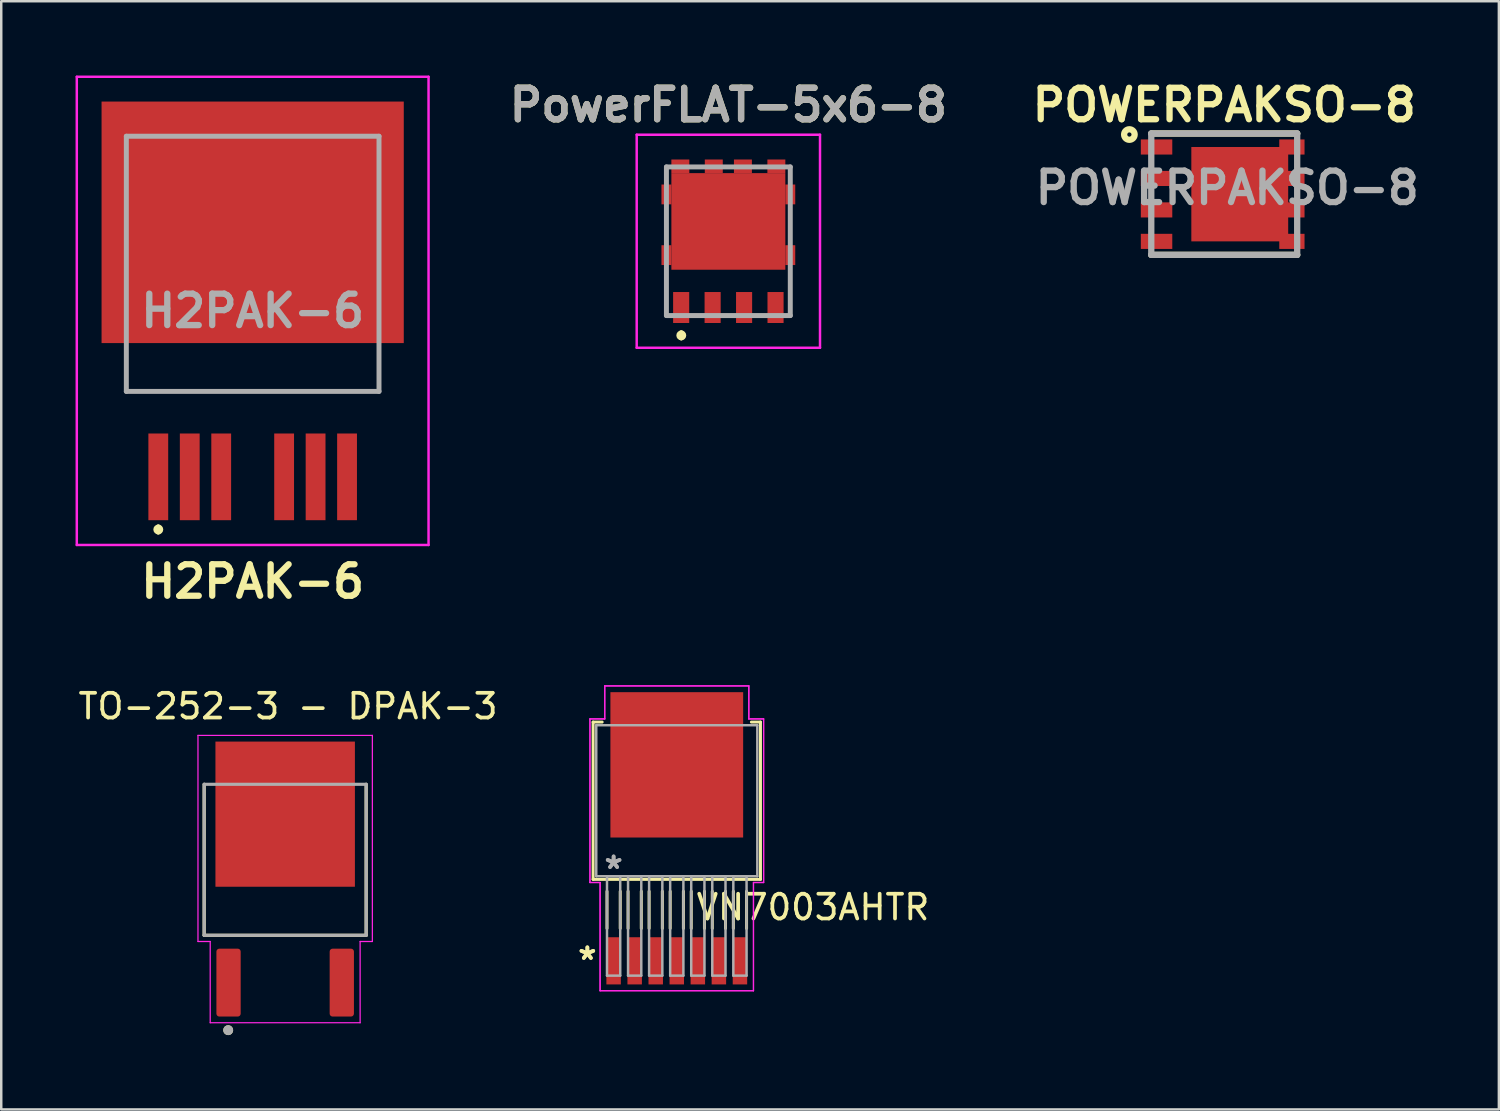
<source format=kicad_pcb>
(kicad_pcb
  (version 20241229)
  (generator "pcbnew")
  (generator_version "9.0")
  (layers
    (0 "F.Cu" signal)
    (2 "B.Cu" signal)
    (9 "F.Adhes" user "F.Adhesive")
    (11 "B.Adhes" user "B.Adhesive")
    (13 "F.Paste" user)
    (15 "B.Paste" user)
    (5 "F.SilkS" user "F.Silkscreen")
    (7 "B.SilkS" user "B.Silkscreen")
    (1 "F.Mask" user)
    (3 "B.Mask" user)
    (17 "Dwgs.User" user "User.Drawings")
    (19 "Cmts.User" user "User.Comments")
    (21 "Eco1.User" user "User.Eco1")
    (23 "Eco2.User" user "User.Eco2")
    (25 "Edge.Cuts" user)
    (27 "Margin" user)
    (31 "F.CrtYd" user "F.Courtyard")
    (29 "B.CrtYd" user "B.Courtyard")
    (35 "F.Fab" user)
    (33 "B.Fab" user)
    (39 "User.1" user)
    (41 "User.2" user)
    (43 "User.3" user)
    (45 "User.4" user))
  (footprint "POWERPAKSO-8"
    (layer "F.Cu")
    (at 46.371 4.789)
    (property "Reference" "POWERPAKSO-8" (at 0 -3.6 0) (layer "F.SilkS") (effects (font (size 1.27 1.27) (thickness 0.254))))
    (attr smd)
    (fp_line (start -2.945 -2.45) (end 2.945 -2.45) (stroke (width 0.254) (type solid)) (layer "F.SilkS"))
    (fp_line (start -2.945 2.45) (end 2.945 2.45) (stroke (width 0.254) (type solid)) (layer "F.SilkS"))
    (fp_circle (center -3.829 -2.408) (end -3.829 -2.323) (stroke (width 0.254) (type solid)) (fill no) (layer "F.SilkS"))
    (fp_line (start -2.945 -2.45) (end 2.945 -2.45) (stroke (width 0.254) (type solid)) (layer "F.Fab"))
    (fp_line (start -2.945 2.45) (end -2.945 -2.45) (stroke (width 0.254) (type solid)) (layer "F.Fab"))
    (fp_line (start 2.945 -2.45) (end 2.945 2.45) (stroke (width 0.254) (type solid)) (layer "F.Fab"))
    (fp_line (start 2.945 2.45) (end -2.945 2.45) (stroke (width 0.254) (type solid)) (layer "F.Fab"))
    (fp_text user "${REFERENCE}" (at 0.122 -0.256 0) (layer "F.Fab") (effects (font (size 1.27 1.27) (thickness 0.254))))
    (pad "1" smd rect (at -2.732 1.905 90) (size 0.61 1.27) (layers "F.Cu" "F.Mask" "F.Paste"))
    (pad "2" smd rect (at 0.627 0 90) (size 3.81 3.91) (layers "F.Cu" "F.Mask" "F.Paste"))
    (pad "2" smd rect (at 2.732 -1.905 90) (size 0.61 1.02) (layers "F.Cu" "F.Mask" "F.Paste"))
    (pad "2" smd rect (at 2.732 -0.635 90) (size 0.61 1.02) (layers "F.Cu" "F.Mask" "F.Paste"))
    (pad "2" smd rect (at 2.732 0.635 90) (size 0.61 1.02) (layers "F.Cu" "F.Mask" "F.Paste"))
    (pad "2" smd rect (at 2.732 1.905 90) (size 0.61 1.02) (layers "F.Cu" "F.Mask" "F.Paste"))
    (pad "3" smd rect (at -2.732 -1.905 90) (size 0.61 1.27) (layers "F.Cu" "F.Mask" "F.Paste"))
    (pad "3" smd rect (at -2.732 -0.635 90) (size 0.61 1.27) (layers "F.Cu" "F.Mask" "F.Paste"))
    (pad "3" smd rect (at -2.732 0.635 90) (size 0.61 1.27) (layers "F.Cu" "F.Mask" "F.Paste")))
  (footprint "PowerFLAT-5x6-8"
    (layer "F.Cu")
    (at 26.353 6.689)
    (property "Reference" "PowerFLAT-5x6-8" (at 0 -5.5 0) (layer "F.SilkS") (effects (font (size 1.27 1.27) (thickness 0.254))))
    (attr smd)
    (fp_line (start -2.5 -0.25) (end -2.5 -1) (stroke (width 0.1) (type solid)) (layer "F.SilkS"))
    (fp_line (start -2.5 3) (end -2.5 1.5) (stroke (width 0.1) (type solid)) (layer "F.SilkS"))
    (fp_line (start -1.9 3.7) (end -1.9 3.7) (stroke (width 0.2) (type solid)) (layer "F.SilkS"))
    (fp_line (start -1.9 3.9) (end -1.9 3.9) (stroke (width 0.2) (type solid)) (layer "F.SilkS"))
    (fp_line (start 2.5 -0.25) (end 2.5 -1) (stroke (width 0.1) (type solid)) (layer "F.SilkS"))
    (fp_line (start 2.5 3) (end 2.5 1.5) (stroke (width 0.1) (type solid)) (layer "F.SilkS"))
    (fp_arc (start -1.9 3.7) (mid -1.8 3.8) (end -1.9 3.9) (stroke (width 0.2) (type solid)) (layer "F.SilkS"))
    (fp_arc (start -1.9 3.9) (mid -2 3.8) (end -1.9 3.7) (stroke (width 0.2) (type solid)) (layer "F.SilkS"))
    (fp_line (start -3.7 -4.3) (end 3.7 -4.3) (stroke (width 0.1) (type solid)) (layer "F.CrtYd"))
    (fp_line (start -3.7 4.3) (end -3.7 -4.3) (stroke (width 0.1) (type solid)) (layer "F.CrtYd"))
    (fp_line (start 3.7 -4.3) (end 3.7 4.3) (stroke (width 0.1) (type solid)) (layer "F.CrtYd"))
    (fp_line (start 3.7 4.3) (end -3.7 4.3) (stroke (width 0.1) (type solid)) (layer "F.CrtYd"))
    (fp_line (start -2.5 -3) (end 2.5 -3) (stroke (width 0.2) (type solid)) (layer "F.Fab"))
    (fp_line (start -2.5 3) (end -2.5 -3) (stroke (width 0.2) (type solid)) (layer "F.Fab"))
    (fp_line (start 2.5 -3) (end 2.5 3) (stroke (width 0.2) (type solid)) (layer "F.Fab"))
    (fp_line (start 2.5 3) (end -2.5 3) (stroke (width 0.2) (type solid)) (layer "F.Fab"))
    (fp_text user "${REFERENCE}" (at 0 -5.5 0) (layer "F.Fab") (effects (font (size 1.27 1.27) (thickness 0.254))))
    (pad "1" smd rect (at -1.905 2.675) (size 0.65 1.25) (layers "F.Cu" "F.Mask" "F.Paste"))
    (pad "2" smd rect (at -0.635 2.675) (size 0.65 1.25) (layers "F.Cu" "F.Mask" "F.Paste"))
    (pad "3" smd rect (at 0.635 2.675) (size 0.65 1.25) (layers "F.Cu" "F.Mask" "F.Paste"))
    (pad "4" smd rect (at 1.905 2.675) (size 0.65 1.25) (layers "F.Cu" "F.Mask" "F.Paste"))
    (pad "5" smd rect (at 1.938 -3.025 90) (size 0.55 0.725) (layers "F.Cu" "F.Mask" "F.Paste"))
    (pad "6" smd rect (at 0.588 -3.025 90) (size 0.55 0.725) (layers "F.Cu" "F.Mask" "F.Paste"))
    (pad "7" smd rect (at -0.588 -3.025 90) (size 0.55 0.725) (layers "F.Cu" "F.Mask" "F.Paste"))
    (pad "8" smd rect (at -1.938 -3.025 90) (size 0.55 0.725) (layers "F.Cu" "F.Mask" "F.Paste"))
    (pad "9" smd rect (at 0 -0.8 90) (size 3.9 4.6) (layers "F.Cu" "F.Mask" "F.Paste"))
    (pad "10" smd rect (at -2.5 -1.89) (size 0.4 0.8) (layers "F.Cu" "F.Mask" "F.Paste"))
    (pad "11" smd rect (at -2.5 0.56) (size 0.4 0.8) (layers "F.Cu" "F.Mask" "F.Paste"))
    (pad "12" smd rect (at 2.5 -1.89) (size 0.4 0.8) (layers "F.Cu" "F.Mask" "F.Paste"))
    (pad "13" smd rect (at 2.5 0.56) (size 0.4 0.8) (layers "F.Cu" "F.Mask" "F.Paste")))
  (footprint "TO-252-3 - DPAK-3"
    (layer "F.Cu")
    (at 8.462 32.437)
    (property "Reference" "TO-252-3 - DPAK-3" (at 0.115 -6.975 0) (layer "F.SilkS") (effects (font (size 1 1) (thickness 0.15))))
    (attr through_hole)
    (fp_line (start -3.27 2.27) (end -3.27 -3.825) (stroke (width 0.127) (type solid)) (layer "F.SilkS"))
    (fp_line (start 3.27 -3.825) (end 3.27 2.27) (stroke (width 0.127) (type solid)) (layer "F.SilkS"))
    (fp_line (start 3.27 2.27) (end -3.27 2.27) (stroke (width 0.127) (type solid)) (layer "F.SilkS"))
    (fp_circle (center -2.3 6.1) (end -2.2 6.1) (stroke (width 0.2) (type solid)) (fill no) (layer "F.SilkS"))
    (fp_poly (pts (xy -2.29 -5.03) (xy -0.53 -5.03) (xy -0.53 -3.15) (xy -2.29 -3.15)) (stroke (width 0.01) (type solid)) (fill yes) (layer "F.Paste"))
    (fp_poly (pts (xy -2.29 -2.09) (xy -0.53 -2.09) (xy -0.53 -0.21) (xy -2.29 -0.21)) (stroke (width 0.01) (type solid)) (fill yes) (layer "F.Paste"))
    (fp_poly (pts (xy 0.53 -5.03) (xy 2.29 -5.03) (xy 2.29 -3.15) (xy 0.53 -3.15)) (stroke (width 0.01) (type solid)) (fill yes) (layer "F.Paste"))
    (fp_poly (pts (xy 0.53 -2.09) (xy 2.29 -2.09) (xy 2.29 -0.21) (xy 0.53 -0.21)) (stroke (width 0.01) (type solid)) (fill yes) (layer "F.Paste"))
    (fp_line (start -3.52 -5.8) (end -3.52 2.52) (stroke (width 0.05) (type solid)) (layer "F.CrtYd"))
    (fp_line (start -3.52 -5.8) (end 3.52 -5.8) (stroke (width 0.05) (type solid)) (layer "F.CrtYd"))
    (fp_line (start -3.52 2.52) (end -3.026 2.52) (stroke (width 0.05) (type solid)) (layer "F.CrtYd"))
    (fp_line (start -3.026 2.52) (end -3.026 5.8) (stroke (width 0.05) (type solid)) (layer "F.CrtYd"))
    (fp_line (start -3.026 5.8) (end 3.026 5.8) (stroke (width 0.05) (type solid)) (layer "F.CrtYd"))
    (fp_line (start 3.026 2.52) (end 3.52 2.52) (stroke (width 0.05) (type solid)) (layer "F.CrtYd"))
    (fp_line (start 3.026 5.8) (end 3.026 2.52) (stroke (width 0.05) (type solid)) (layer "F.CrtYd"))
    (fp_line (start 3.52 2.52) (end 3.52 -5.8) (stroke (width 0.05) (type solid)) (layer "F.CrtYd"))
    (fp_line (start -3.27 -3.825) (end 3.27 -3.825) (stroke (width 0.127) (type solid)) (layer "F.Fab"))
    (fp_line (start -3.27 2.27) (end -3.27 -3.825) (stroke (width 0.127) (type solid)) (layer "F.Fab"))
    (fp_line (start 3.27 -3.825) (end 3.27 2.27) (stroke (width 0.127) (type solid)) (layer "F.Fab"))
    (fp_line (start 3.27 2.27) (end -3.27 2.27) (stroke (width 0.127) (type solid)) (layer "F.Fab"))
    (fp_circle (center -2.3 6.1) (end -2.2 6.1) (stroke (width 0.2) (type solid)) (fill no) (layer "F.Fab"))
    (pad "1" smd roundrect (at -2.286 4.18 90) (size 2.74 0.98) (layers "F.Cu" "F.Mask" "F.Paste") (roundrect_rratio 0.12))
    (pad "2" smd roundrect (at 2.286 4.18 90) (size 2.74 0.98) (layers "F.Cu" "F.Mask" "F.Paste") (roundrect_rratio 0.12))
    (pad "3" smd rect (at 0 -2.62 90) (size 5.86 5.63) (layers "F.Cu" "F.Mask")))
  (footprint "VN7003AHTR"
    (layer "F.Cu")
    (at 24.271 29.274)
    (property "Reference" "VN7003AHTR" (at 5.5 4.3 0) (layer "F.SilkS") (effects (font (size 1 1) (thickness 0.15))))
    (attr through_hole)
    (fp_line (start -3.378 -3.175) (end -3.378 3.175) (stroke (width 0.12) (type solid)) (layer "F.SilkS"))
    (fp_line (start -3.378 3.175) (end 3.378 3.175) (stroke (width 0.12) (type solid)) (layer "F.SilkS"))
    (fp_line (start -3.012 -3.175) (end -3.378 -3.175) (stroke (width 0.12) (type solid)) (layer "F.SilkS"))
    (fp_line (start -2.817 3.658) (end -2.817 5.156) (stroke (width 0.12) (type solid)) (layer "F.SilkS"))
    (fp_line (start -2.283 3.658) (end -2.283 5.156) (stroke (width 0.12) (type solid)) (layer "F.SilkS"))
    (fp_line (start -1.967 3.658) (end -1.967 5.156) (stroke (width 0.12) (type solid)) (layer "F.SilkS"))
    (fp_line (start -1.433 3.658) (end -1.433 5.156) (stroke (width 0.12) (type solid)) (layer "F.SilkS"))
    (fp_line (start -1.117 3.658) (end -1.117 5.156) (stroke (width 0.12) (type solid)) (layer "F.SilkS"))
    (fp_line (start -0.583 3.658) (end -0.583 5.156) (stroke (width 0.12) (type solid)) (layer "F.SilkS"))
    (fp_line (start -0.267 3.658) (end -0.267 5.156) (stroke (width 0.12) (type solid)) (layer "F.SilkS"))
    (fp_line (start 0.267 3.658) (end 0.267 5.156) (stroke (width 0.12) (type solid)) (layer "F.SilkS"))
    (fp_line (start 0.583 3.658) (end 0.583 5.156) (stroke (width 0.12) (type solid)) (layer "F.SilkS"))
    (fp_line (start 1.117 3.658) (end 1.117 5.156) (stroke (width 0.12) (type solid)) (layer "F.SilkS"))
    (fp_line (start 1.433 3.658) (end 1.433 5.156) (stroke (width 0.12) (type solid)) (layer "F.SilkS"))
    (fp_line (start 1.967 3.658) (end 1.967 5.156) (stroke (width 0.12) (type solid)) (layer "F.SilkS"))
    (fp_line (start 2.283 3.658) (end 2.283 5.156) (stroke (width 0.12) (type solid)) (layer "F.SilkS"))
    (fp_line (start 2.817 3.658) (end 2.817 5.156) (stroke (width 0.12) (type solid)) (layer "F.SilkS"))
    (fp_line (start 3.378 -3.175) (end 3.012 -3.175) (stroke (width 0.12) (type solid)) (layer "F.SilkS"))
    (fp_line (start 3.378 3.175) (end 3.378 -3.175) (stroke (width 0.12) (type solid)) (layer "F.SilkS"))
    (fp_line (start -3.505 -3.302) (end -2.908 -3.302) (stroke (width 0.05) (type solid)) (layer "F.CrtYd"))
    (fp_line (start -3.505 -3.302) (end -2.908 -3.302) (stroke (width 0.05) (type solid)) (layer "F.CrtYd"))
    (fp_line (start -3.505 3.302) (end -3.505 -3.302) (stroke (width 0.05) (type solid)) (layer "F.CrtYd"))
    (fp_line (start -3.505 3.302) (end -3.505 -3.302) (stroke (width 0.05) (type solid)) (layer "F.CrtYd"))
    (fp_line (start -3.096 3.302) (end -3.505 3.302) (stroke (width 0.05) (type solid)) (layer "F.CrtYd"))
    (fp_line (start -3.096 3.302) (end -3.505 3.302) (stroke (width 0.05) (type solid)) (layer "F.CrtYd"))
    (fp_line (start -3.096 7.671) (end -3.096 3.302) (stroke (width 0.05) (type solid)) (layer "F.CrtYd"))
    (fp_line (start -3.096 7.671) (end -3.096 3.302) (stroke (width 0.05) (type solid)) (layer "F.CrtYd"))
    (fp_line (start -2.908 -4.635) (end 2.908 -4.635) (stroke (width 0.05) (type solid)) (layer "F.CrtYd"))
    (fp_line (start -2.908 -4.635) (end 2.908 -4.635) (stroke (width 0.05) (type solid)) (layer "F.CrtYd"))
    (fp_line (start -2.908 -3.302) (end -2.908 -4.635) (stroke (width 0.05) (type solid)) (layer "F.CrtYd"))
    (fp_line (start -2.908 -3.302) (end -2.908 -4.635) (stroke (width 0.05) (type solid)) (layer "F.CrtYd"))
    (fp_line (start 2.908 -4.635) (end 2.908 -3.302) (stroke (width 0.05) (type solid)) (layer "F.CrtYd"))
    (fp_line (start 2.908 -4.635) (end 2.908 -3.302) (stroke (width 0.05) (type solid)) (layer "F.CrtYd"))
    (fp_line (start 2.908 -3.302) (end 3.505 -3.302) (stroke (width 0.05) (type solid)) (layer "F.CrtYd"))
    (fp_line (start 2.908 -3.302) (end 3.505 -3.302) (stroke (width 0.05) (type solid)) (layer "F.CrtYd"))
    (fp_line (start 3.096 3.302) (end 3.096 7.671) (stroke (width 0.05) (type solid)) (layer "F.CrtYd"))
    (fp_line (start 3.096 3.302) (end 3.096 7.671) (stroke (width 0.05) (type solid)) (layer "F.CrtYd"))
    (fp_line (start 3.096 7.671) (end -3.096 7.671) (stroke (width 0.05) (type solid)) (layer "F.CrtYd"))
    (fp_line (start 3.096 7.671) (end -3.096 7.671) (stroke (width 0.05) (type solid)) (layer "F.CrtYd"))
    (fp_line (start 3.505 -3.302) (end 3.505 3.302) (stroke (width 0.05) (type solid)) (layer "F.CrtYd"))
    (fp_line (start 3.505 -3.302) (end 3.505 3.302) (stroke (width 0.05) (type solid)) (layer "F.CrtYd"))
    (fp_line (start 3.505 3.302) (end 3.096 3.302) (stroke (width 0.05) (type solid)) (layer "F.CrtYd"))
    (fp_line (start 3.505 3.302) (end 3.096 3.302) (stroke (width 0.05) (type solid)) (layer "F.CrtYd"))
    (fp_line (start -3.251 -3.048) (end -3.251 3.048) (stroke (width 0.1) (type solid)) (layer "F.Fab"))
    (fp_line (start -3.251 3.048) (end 3.251 3.048) (stroke (width 0.1) (type solid)) (layer "F.Fab"))
    (fp_line (start -2.817 3.048) (end -2.817 7.061) (stroke (width 0.1) (type solid)) (layer "F.Fab"))
    (fp_line (start -2.817 7.061) (end -2.283 7.061) (stroke (width 0.1) (type solid)) (layer "F.Fab"))
    (fp_line (start -2.283 3.048) (end -2.817 3.048) (stroke (width 0.1) (type solid)) (layer "F.Fab"))
    (fp_line (start -2.283 7.061) (end -2.283 3.048) (stroke (width 0.1) (type solid)) (layer "F.Fab"))
    (fp_line (start -1.967 3.048) (end -1.967 7.061) (stroke (width 0.1) (type solid)) (layer "F.Fab"))
    (fp_line (start -1.967 7.061) (end -1.433 7.061) (stroke (width 0.1) (type solid)) (layer "F.Fab"))
    (fp_line (start -1.433 3.048) (end -1.967 3.048) (stroke (width 0.1) (type solid)) (layer "F.Fab"))
    (fp_line (start -1.433 7.061) (end -1.433 3.048) (stroke (width 0.1) (type solid)) (layer "F.Fab"))
    (fp_line (start -1.117 3.048) (end -1.117 7.061) (stroke (width 0.1) (type solid)) (layer "F.Fab"))
    (fp_line (start -1.117 7.061) (end -0.583 7.061) (stroke (width 0.1) (type solid)) (layer "F.Fab"))
    (fp_line (start -0.583 3.048) (end -1.117 3.048) (stroke (width 0.1) (type solid)) (layer "F.Fab"))
    (fp_line (start -0.583 7.061) (end -0.583 3.048) (stroke (width 0.1) (type solid)) (layer "F.Fab"))
    (fp_line (start -0.267 3.048) (end -0.267 7.061) (stroke (width 0.1) (type solid)) (layer "F.Fab"))
    (fp_line (start -0.267 7.061) (end 0.267 7.061) (stroke (width 0.1) (type solid)) (layer "F.Fab"))
    (fp_line (start 0.267 3.048) (end -0.267 3.048) (stroke (width 0.1) (type solid)) (layer "F.Fab"))
    (fp_line (start 0.267 7.061) (end 0.267 3.048) (stroke (width 0.1) (type solid)) (layer "F.Fab"))
    (fp_line (start 0.583 3.048) (end 0.583 7.061) (stroke (width 0.1) (type solid)) (layer "F.Fab"))
    (fp_line (start 0.583 7.061) (end 1.117 7.061) (stroke (width 0.1) (type solid)) (layer "F.Fab"))
    (fp_line (start 1.117 3.048) (end 0.583 3.048) (stroke (width 0.1) (type solid)) (layer "F.Fab"))
    (fp_line (start 1.117 7.061) (end 1.117 3.048) (stroke (width 0.1) (type solid)) (layer "F.Fab"))
    (fp_line (start 1.433 3.048) (end 1.433 7.061) (stroke (width 0.1) (type solid)) (layer "F.Fab"))
    (fp_line (start 1.433 7.061) (end 1.967 7.061) (stroke (width 0.1) (type solid)) (layer "F.Fab"))
    (fp_line (start 1.967 3.048) (end 1.433 3.048) (stroke (width 0.1) (type solid)) (layer "F.Fab"))
    (fp_line (start 1.967 7.061) (end 1.967 3.048) (stroke (width 0.1) (type solid)) (layer "F.Fab"))
    (fp_line (start 2.283 3.048) (end 2.283 7.061) (stroke (width 0.1) (type solid)) (layer "F.Fab"))
    (fp_line (start 2.283 7.061) (end 2.817 7.061) (stroke (width 0.1) (type solid)) (layer "F.Fab"))
    (fp_line (start 2.817 3.048) (end 2.283 3.048) (stroke (width 0.1) (type solid)) (layer "F.Fab"))
    (fp_line (start 2.817 7.061) (end 2.817 3.048) (stroke (width 0.1) (type solid)) (layer "F.Fab"))
    (fp_line (start 3.251 -3.048) (end -3.251 -3.048) (stroke (width 0.1) (type solid)) (layer "F.Fab"))
    (fp_line (start 3.251 3.048) (end 3.251 -3.048) (stroke (width 0.1) (type solid)) (layer "F.Fab"))
    (fp_text user "*" (at -3.61 6.464 0) (layer "F.SilkS") (effects (font (size 1 1) (thickness 0.15))))
    (fp_text user "*" (at -3.61 6.464 0) (layer "F.SilkS") (effects (font (size 1 1) (thickness 0.15))))
    (fp_text user "Copyright 2021 Accelerated Designs. All rights reserved." (at 0 0 0) (layer "Cmts.User") (effects (font (size 0.127 0.127) (thickness 0.002))))
    (fp_text user "*" (at -2.55 2.794 0) (layer "F.Fab") (effects (font (size 1 1) (thickness 0.15))))
    (fp_text user "*" (at -2.55 2.794 0) (layer "F.Fab") (effects (font (size 1 1) (thickness 0.15))))
    (pad "1" smd rect (at -2.55 6.464) (size 0.584 1.905) (layers "F.Cu" "F.Mask" "F.Paste"))
    (pad "2" smd rect (at -1.7 6.464) (size 0.584 1.905) (layers "F.Cu" "F.Mask" "F.Paste"))
    (pad "3" smd rect (at -0.85 6.464) (size 0.584 1.905) (layers "F.Cu" "F.Mask" "F.Paste"))
    (pad "4" smd rect (at 0 6.464) (size 0.584 1.905) (layers "F.Cu" "F.Mask" "F.Paste"))
    (pad "5" smd rect (at 0.85 6.464) (size 0.584 1.905) (layers "F.Cu" "F.Mask" "F.Paste"))
    (pad "6" smd rect (at 1.7 6.464) (size 0.584 1.905) (layers "F.Cu" "F.Mask" "F.Paste"))
    (pad "7" smd rect (at 2.55 6.464) (size 0.584 1.905) (layers "F.Cu" "F.Mask" "F.Paste"))
    (pad "8" smd rect (at 0 -1.448) (size 5.359 5.867) (layers "F.Cu" "F.Mask" "F.Paste")))
  (footprint "H2PAK-6"
    (layer "F.Cu")
    (at 7.15 9.325)
    (property "Reference" "H2PAK-6" (at 0 11.1 0) (layer "F.SilkS") (effects (font (size 1.27 1.27) (thickness 0.254))))
    (attr smd)
    (fp_line (start -5.1 2.125) (end -5.1 3.425) (stroke (width 0.1) (type solid)) (layer "F.SilkS"))
    (fp_line (start -5.1 3.425) (end 5.1 3.425) (stroke (width 0.1) (type solid)) (layer "F.SilkS"))
    (fp_line (start -3.81 8.9) (end -3.81 8.9) (stroke (width 0.2) (type solid)) (layer "F.SilkS"))
    (fp_line (start -3.81 9.1) (end -3.81 9.1) (stroke (width 0.2) (type solid)) (layer "F.SilkS"))
    (fp_line (start 5.1 3.425) (end 5.1 2.125) (stroke (width 0.1) (type solid)) (layer "F.SilkS"))
    (fp_arc (start -3.81 8.9) (mid -3.71 9) (end -3.81 9.1) (stroke (width 0.2) (type solid)) (layer "F.SilkS"))
    (fp_arc (start -3.81 9.1) (mid -3.91 9) (end -3.81 8.9) (stroke (width 0.2) (type solid)) (layer "F.SilkS"))
    (fp_line (start -7.1 -9.275) (end 7.1 -9.275) (stroke (width 0.1) (type solid)) (layer "F.CrtYd"))
    (fp_line (start -7.1 9.625) (end -7.1 -9.275) (stroke (width 0.1) (type solid)) (layer "F.CrtYd"))
    (fp_line (start 7.1 -9.275) (end 7.1 9.625) (stroke (width 0.1) (type solid)) (layer "F.CrtYd"))
    (fp_line (start 7.1 9.625) (end -7.1 9.625) (stroke (width 0.1) (type solid)) (layer "F.CrtYd"))
    (fp_line (start -5.1 -6.875) (end 5.1 -6.875) (stroke (width 0.2) (type solid)) (layer "F.Fab"))
    (fp_line (start -5.1 3.425) (end -5.1 -6.875) (stroke (width 0.2) (type solid)) (layer "F.Fab"))
    (fp_line (start 5.1 -6.875) (end 5.1 3.425) (stroke (width 0.2) (type solid)) (layer "F.Fab"))
    (fp_line (start 5.1 3.425) (end -5.1 3.425) (stroke (width 0.2) (type solid)) (layer "F.Fab"))
    (fp_text user "${REFERENCE}" (at 0 0.175 0) (layer "F.Fab") (effects (font (size 1.27 1.27) (thickness 0.254))))
    (pad "1" smd rect (at -3.81 6.875) (size 0.8 3.5) (layers "F.Cu" "F.Mask" "F.Paste"))
    (pad "2" smd rect (at 0 -3.4 90) (size 9.75 12.2) (layers "F.Cu" "F.Mask" "F.Paste"))
    (pad "3" smd rect (at -2.54 6.875) (size 0.8 3.5) (layers "F.Cu" "F.Mask" "F.Paste"))
    (pad "3" smd rect (at -1.27 6.875) (size 0.8 3.5) (layers "F.Cu" "F.Mask" "F.Paste"))
    (pad "3" smd rect (at 1.27 6.875) (size 0.8 3.5) (layers "F.Cu" "F.Mask" "F.Paste"))
    (pad "3" smd rect (at 2.54 6.875) (size 0.8 3.5) (layers "F.Cu" "F.Mask" "F.Paste"))
    (pad "3" smd rect (at 3.81 6.875) (size 0.8 3.5) (layers "F.Cu" "F.Mask" "F.Paste")))
  (gr_rect
    (start -3 -3)
    (end 57.458 41.737)
    (stroke (width 0.1) (type default))
    (fill no)
    (layer "Edge.Cuts")))
</source>
